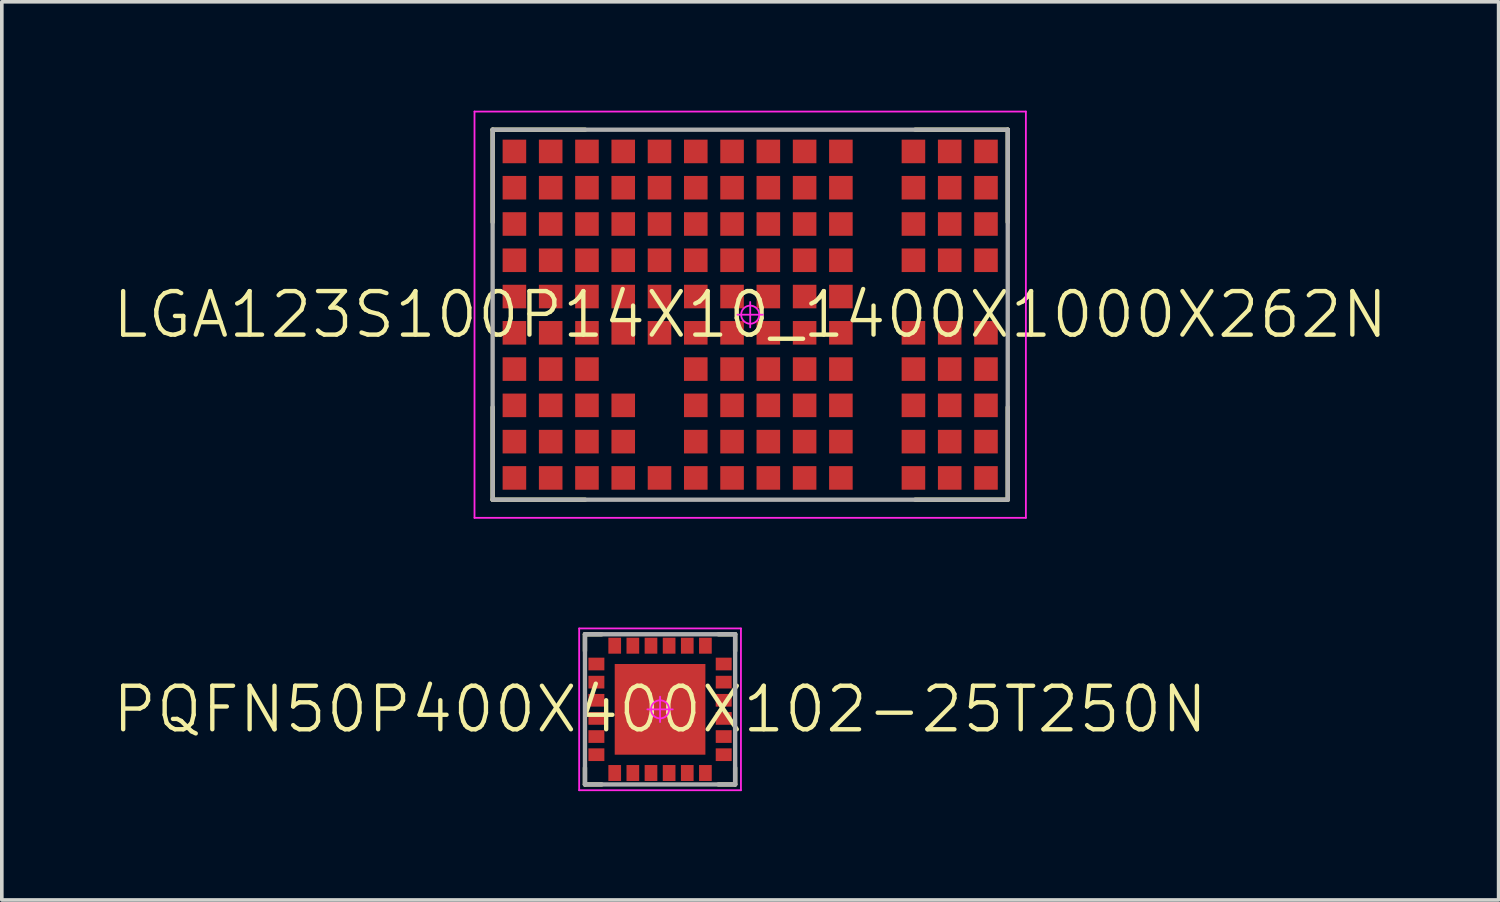
<source format=kicad_pcb>
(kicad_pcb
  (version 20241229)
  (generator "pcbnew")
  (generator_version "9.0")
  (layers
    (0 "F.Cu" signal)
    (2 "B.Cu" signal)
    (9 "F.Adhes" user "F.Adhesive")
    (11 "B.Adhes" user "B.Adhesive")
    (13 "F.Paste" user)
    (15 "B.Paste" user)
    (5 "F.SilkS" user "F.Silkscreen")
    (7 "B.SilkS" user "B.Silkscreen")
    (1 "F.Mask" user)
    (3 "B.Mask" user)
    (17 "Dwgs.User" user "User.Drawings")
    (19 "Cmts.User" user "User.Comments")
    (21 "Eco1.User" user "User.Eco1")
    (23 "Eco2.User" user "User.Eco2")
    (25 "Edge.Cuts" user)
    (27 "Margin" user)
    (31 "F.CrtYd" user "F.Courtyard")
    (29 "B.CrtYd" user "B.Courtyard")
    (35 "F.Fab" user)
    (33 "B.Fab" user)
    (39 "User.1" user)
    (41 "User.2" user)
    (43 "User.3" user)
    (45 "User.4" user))
  (footprint "PQFN50P400X400X102-25T250N"
    (layer "F.Cu")
    (at 15.146 16.505)
    (property "Reference" "PQFN50P400X400X102-25T250N" (at 0 0 0) (layer "F.SilkS") (effects (font (size 1.2 1.2) (thickness 0.12))))
    (attr smd)
    (fp_line (start -2.07 -2.07) (end -2.07 -1.61) (stroke (width 0.12) (type solid)) (layer "F.SilkS"))
    (fp_line (start -2.07 2.07) (end -2.07 1.61) (stroke (width 0.12) (type solid)) (layer "F.SilkS"))
    (fp_line (start -1.61 -2.07) (end -2.07 -2.07) (stroke (width 0.12) (type solid)) (layer "F.SilkS"))
    (fp_line (start -1.61 2.07) (end -2.07 2.07) (stroke (width 0.12) (type solid)) (layer "F.SilkS"))
    (fp_line (start 1.61 -2.07) (end 2.07 -2.07) (stroke (width 0.12) (type solid)) (layer "F.SilkS"))
    (fp_line (start 1.61 2.07) (end 2.07 2.07) (stroke (width 0.12) (type solid)) (layer "F.SilkS"))
    (fp_line (start 2.07 -2.07) (end 2.07 -1.61) (stroke (width 0.12) (type solid)) (layer "F.SilkS"))
    (fp_line (start 2.07 2.07) (end 2.07 1.61) (stroke (width 0.12) (type solid)) (layer "F.SilkS"))
    (fp_line (start -2.23 -2.23) (end 2.23 -2.23) (stroke (width 0.05) (type solid)) (layer "F.CrtYd"))
    (fp_line (start -2.23 2.23) (end -2.23 -2.23) (stroke (width 0.05) (type solid)) (layer "F.CrtYd"))
    (fp_line (start -0.35 0) (end 0.35 0) (stroke (width 0.05) (type solid)) (layer "F.CrtYd"))
    (fp_line (start 0 -0.35) (end 0 0.35) (stroke (width 0.05) (type solid)) (layer "F.CrtYd"))
    (fp_line (start 2.23 -2.23) (end 2.23 2.23) (stroke (width 0.05) (type solid)) (layer "F.CrtYd"))
    (fp_line (start 2.23 2.23) (end -2.23 2.23) (stroke (width 0.05) (type solid)) (layer "F.CrtYd"))
    (fp_circle (center 0 0) (end 0 0.25) (stroke (width 0.05) (type solid)) (fill no) (layer "F.CrtYd"))
    (fp_line (start -2.07 -2.07) (end 2.07 -2.07) (stroke (width 0.12) (type solid)) (layer "F.Fab"))
    (fp_line (start -2.07 2.07) (end -2.07 -2.07) (stroke (width 0.12) (type solid)) (layer "F.Fab"))
    (fp_line (start 2.07 -2.07) (end 2.07 2.07) (stroke (width 0.12) (type solid)) (layer "F.Fab"))
    (fp_line (start 2.07 2.07) (end -2.07 2.07) (stroke (width 0.12) (type solid)) (layer "F.Fab"))
    (pad "1" smd rect (at -1.25 1.755 90) (size 0.44 0.35) (layers "F.Cu" "F.Mask" "F.Paste"))
    (pad "2" smd rect (at -0.75 1.755 90) (size 0.44 0.35) (layers "F.Cu" "F.Mask" "F.Paste"))
    (pad "3" smd rect (at -0.25 1.755 90) (size 0.44 0.35) (layers "F.Cu" "F.Mask" "F.Paste"))
    (pad "4" smd rect (at 0.25 1.755 90) (size 0.44 0.35) (layers "F.Cu" "F.Mask" "F.Paste"))
    (pad "5" smd rect (at 0.75 1.755 90) (size 0.44 0.35) (layers "F.Cu" "F.Mask" "F.Paste"))
    (pad "6" smd rect (at 1.25 1.755 90) (size 0.44 0.35) (layers "F.Cu" "F.Mask" "F.Paste"))
    (pad "7" smd rect (at 1.755 1.25) (size 0.44 0.35) (layers "F.Cu" "F.Mask" "F.Paste"))
    (pad "8" smd rect (at 1.755 0.75) (size 0.44 0.35) (layers "F.Cu" "F.Mask" "F.Paste"))
    (pad "9" smd rect (at 1.755 0.25) (size 0.44 0.35) (layers "F.Cu" "F.Mask" "F.Paste"))
    (pad "10" smd rect (at 1.755 -0.25) (size 0.44 0.35) (layers "F.Cu" "F.Mask" "F.Paste"))
    (pad "11" smd rect (at 1.755 -0.75) (size 0.44 0.35) (layers "F.Cu" "F.Mask" "F.Paste"))
    (pad "12" smd rect (at 1.755 -1.25) (size 0.44 0.35) (layers "F.Cu" "F.Mask" "F.Paste"))
    (pad "13" smd rect (at 1.25 -1.755 90) (size 0.44 0.35) (layers "F.Cu" "F.Mask" "F.Paste"))
    (pad "14" smd rect (at 0.75 -1.755 90) (size 0.44 0.35) (layers "F.Cu" "F.Mask" "F.Paste"))
    (pad "15" smd rect (at 0.25 -1.755 90) (size 0.44 0.35) (layers "F.Cu" "F.Mask" "F.Paste"))
    (pad "16" smd rect (at -0.25 -1.755 90) (size 0.44 0.35) (layers "F.Cu" "F.Mask" "F.Paste"))
    (pad "17" smd rect (at -0.75 -1.755 90) (size 0.44 0.35) (layers "F.Cu" "F.Mask" "F.Paste"))
    (pad "18" smd rect (at -1.25 -1.755 90) (size 0.44 0.35) (layers "F.Cu" "F.Mask" "F.Paste"))
    (pad "19" smd rect (at -1.755 -1.25) (size 0.44 0.35) (layers "F.Cu" "F.Mask" "F.Paste"))
    (pad "20" smd rect (at -1.755 -0.75) (size 0.44 0.35) (layers "F.Cu" "F.Mask" "F.Paste"))
    (pad "21" smd rect (at -1.755 -0.25) (size 0.44 0.35) (layers "F.Cu" "F.Mask" "F.Paste"))
    (pad "22" smd rect (at -1.755 0.25) (size 0.44 0.35) (layers "F.Cu" "F.Mask" "F.Paste"))
    (pad "23" smd rect (at -1.755 0.75) (size 0.44 0.35) (layers "F.Cu" "F.Mask" "F.Paste"))
    (pad "24" smd rect (at -1.755 1.25) (size 0.44 0.35) (layers "F.Cu" "F.Mask" "F.Paste"))
    (pad "25" smd rect (at 0 0 90) (size 2.5 2.5) (layers "F.Cu" "F.Mask")))
  (footprint "LGA123S100P14X10_1400X1000X262N"
    (layer "F.Cu")
    (at 17.631 5.625)
    (property "Reference" "LGA123S100P14X10_1400X1000X262N" (at 0 0 0) (layer "F.SilkS") (effects (font (size 1.2 1.2) (thickness 0.12))))
    (attr smd)
    (fp_line (start -7.1 -5.1) (end -7.1 -2.55) (stroke (width 0.12) (type solid)) (layer "F.SilkS"))
    (fp_line (start -7.1 5.1) (end -7.1 2.55) (stroke (width 0.12) (type solid)) (layer "F.SilkS"))
    (fp_line (start -4.55 -5.1) (end -7.1 -5.1) (stroke (width 0.12) (type solid)) (layer "F.SilkS"))
    (fp_line (start -4.55 5.1) (end -7.1 5.1) (stroke (width 0.12) (type solid)) (layer "F.SilkS"))
    (fp_line (start 4.55 -5.1) (end 7.1 -5.1) (stroke (width 0.12) (type solid)) (layer "F.SilkS"))
    (fp_line (start 4.55 5.1) (end 7.1 5.1) (stroke (width 0.12) (type solid)) (layer "F.SilkS"))
    (fp_line (start 7.1 -5.1) (end 7.1 -2.55) (stroke (width 0.12) (type solid)) (layer "F.SilkS"))
    (fp_line (start 7.1 5.1) (end 7.1 2.55) (stroke (width 0.12) (type solid)) (layer "F.SilkS"))
    (fp_line (start -7.6 -5.6) (end 7.6 -5.6) (stroke (width 0.05) (type solid)) (layer "F.CrtYd"))
    (fp_line (start -7.6 5.6) (end -7.6 -5.6) (stroke (width 0.05) (type solid)) (layer "F.CrtYd"))
    (fp_line (start -0.35 0) (end 0.35 0) (stroke (width 0.05) (type solid)) (layer "F.CrtYd"))
    (fp_line (start 0 -0.35) (end 0 0.35) (stroke (width 0.05) (type solid)) (layer "F.CrtYd"))
    (fp_line (start 7.6 -5.6) (end 7.6 5.6) (stroke (width 0.05) (type solid)) (layer "F.CrtYd"))
    (fp_line (start 7.6 5.6) (end -7.6 5.6) (stroke (width 0.05) (type solid)) (layer "F.CrtYd"))
    (fp_circle (center 0 0) (end 0 0.25) (stroke (width 0.05) (type solid)) (fill no) (layer "F.CrtYd"))
    (fp_line (start -7.1 -5.1) (end 7.1 -5.1) (stroke (width 0.12) (type solid)) (layer "F.Fab"))
    (fp_line (start -7.1 5.1) (end -7.1 -5.1) (stroke (width 0.12) (type solid)) (layer "F.Fab"))
    (fp_line (start 7.1 -5.1) (end 7.1 5.1) (stroke (width 0.12) (type solid)) (layer "F.Fab"))
    (fp_line (start 7.1 5.1) (end -7.1 5.1) (stroke (width 0.12) (type solid)) (layer "F.Fab"))
    (pad "A1" smd rect (at -6.5 4.5 90) (size 0.65 0.65) (layers "F.Cu" "F.Mask" "F.Paste"))
    (pad "A2" smd rect (at -5.5 4.5 90) (size 0.65 0.65) (layers "F.Cu" "F.Mask" "F.Paste"))
    (pad "A3" smd rect (at -4.5 4.5 90) (size 0.65 0.65) (layers "F.Cu" "F.Mask" "F.Paste"))
    (pad "A4" smd rect (at -3.5 4.5 90) (size 0.65 0.65) (layers "F.Cu" "F.Mask" "F.Paste"))
    (pad "A5" smd rect (at -2.5 4.5 90) (size 0.65 0.65) (layers "F.Cu" "F.Mask" "F.Paste"))
    (pad "A6" smd rect (at -1.5 4.5 90) (size 0.65 0.65) (layers "F.Cu" "F.Mask" "F.Paste"))
    (pad "A7" smd rect (at -0.5 4.5 90) (size 0.65 0.65) (layers "F.Cu" "F.Mask" "F.Paste"))
    (pad "A8" smd rect (at 0.5 4.5 90) (size 0.65 0.65) (layers "F.Cu" "F.Mask" "F.Paste"))
    (pad "A9" smd rect (at 1.5 4.5 90) (size 0.65 0.65) (layers "F.Cu" "F.Mask" "F.Paste"))
    (pad "A10" smd rect (at 2.5 4.5 90) (size 0.65 0.65) (layers "F.Cu" "F.Mask" "F.Paste"))
    (pad "A12" smd rect (at 4.5 4.5 90) (size 0.65 0.65) (layers "F.Cu" "F.Mask" "F.Paste"))
    (pad "A13" smd rect (at 5.5 4.5 90) (size 0.65 0.65) (layers "F.Cu" "F.Mask" "F.Paste"))
    (pad "A14" smd rect (at 6.5 4.5 90) (size 0.65 0.65) (layers "F.Cu" "F.Mask" "F.Paste"))
    (pad "B1" smd rect (at -6.5 3.5 90) (size 0.65 0.65) (layers "F.Cu" "F.Mask" "F.Paste"))
    (pad "B2" smd rect (at -5.5 3.5 90) (size 0.65 0.65) (layers "F.Cu" "F.Mask" "F.Paste"))
    (pad "B3" smd rect (at -4.5 3.5 90) (size 0.65 0.65) (layers "F.Cu" "F.Mask" "F.Paste"))
    (pad "B4" smd rect (at -3.5 3.5 90) (size 0.65 0.65) (layers "F.Cu" "F.Mask" "F.Paste"))
    (pad "B6" smd rect (at -1.5 3.5 90) (size 0.65 0.65) (layers "F.Cu" "F.Mask" "F.Paste"))
    (pad "B7" smd rect (at -0.5 3.5 90) (size 0.65 0.65) (layers "F.Cu" "F.Mask" "F.Paste"))
    (pad "B8" smd rect (at 0.5 3.5 90) (size 0.65 0.65) (layers "F.Cu" "F.Mask" "F.Paste"))
    (pad "B9" smd rect (at 1.5 3.5 90) (size 0.65 0.65) (layers "F.Cu" "F.Mask" "F.Paste"))
    (pad "B10" smd rect (at 2.5 3.5 90) (size 0.65 0.65) (layers "F.Cu" "F.Mask" "F.Paste"))
    (pad "B12" smd rect (at 4.5 3.5 90) (size 0.65 0.65) (layers "F.Cu" "F.Mask" "F.Paste"))
    (pad "B13" smd rect (at 5.5 3.5 90) (size 0.65 0.65) (layers "F.Cu" "F.Mask" "F.Paste"))
    (pad "B14" smd rect (at 6.5 3.5 90) (size 0.65 0.65) (layers "F.Cu" "F.Mask" "F.Paste"))
    (pad "C1" smd rect (at -6.5 2.5 90) (size 0.65 0.65) (layers "F.Cu" "F.Mask" "F.Paste"))
    (pad "C2" smd rect (at -5.5 2.5 90) (size 0.65 0.65) (layers "F.Cu" "F.Mask" "F.Paste"))
    (pad "C3" smd rect (at -4.5 2.5 90) (size 0.65 0.65) (layers "F.Cu" "F.Mask" "F.Paste"))
    (pad "C4" smd rect (at -3.5 2.5 90) (size 0.65 0.65) (layers "F.Cu" "F.Mask" "F.Paste"))
    (pad "C6" smd rect (at -1.5 2.5 90) (size 0.65 0.65) (layers "F.Cu" "F.Mask" "F.Paste"))
    (pad "C7" smd rect (at -0.5 2.5 90) (size 0.65 0.65) (layers "F.Cu" "F.Mask" "F.Paste"))
    (pad "C8" smd rect (at 0.5 2.5 90) (size 0.65 0.65) (layers "F.Cu" "F.Mask" "F.Paste"))
    (pad "C9" smd rect (at 1.5 2.5 90) (size 0.65 0.65) (layers "F.Cu" "F.Mask" "F.Paste"))
    (pad "C10" smd rect (at 2.5 2.5 90) (size 0.65 0.65) (layers "F.Cu" "F.Mask" "F.Paste"))
    (pad "C12" smd rect (at 4.5 2.5 90) (size 0.65 0.65) (layers "F.Cu" "F.Mask" "F.Paste"))
    (pad "C13" smd rect (at 5.5 2.5 90) (size 0.65 0.65) (layers "F.Cu" "F.Mask" "F.Paste"))
    (pad "C14" smd rect (at 6.5 2.5 90) (size 0.65 0.65) (layers "F.Cu" "F.Mask" "F.Paste"))
    (pad "D1" smd rect (at -6.5 1.5 90) (size 0.65 0.65) (layers "F.Cu" "F.Mask" "F.Paste"))
    (pad "D2" smd rect (at -5.5 1.5 90) (size 0.65 0.65) (layers "F.Cu" "F.Mask" "F.Paste"))
    (pad "D3" smd rect (at -4.5 1.5 90) (size 0.65 0.65) (layers "F.Cu" "F.Mask" "F.Paste"))
    (pad "D6" smd rect (at -1.5 1.5 90) (size 0.65 0.65) (layers "F.Cu" "F.Mask" "F.Paste"))
    (pad "D7" smd rect (at -0.5 1.5 90) (size 0.65 0.65) (layers "F.Cu" "F.Mask" "F.Paste"))
    (pad "D8" smd rect (at 0.5 1.5 90) (size 0.65 0.65) (layers "F.Cu" "F.Mask" "F.Paste"))
    (pad "D9" smd rect (at 1.5 1.5 90) (size 0.65 0.65) (layers "F.Cu" "F.Mask" "F.Paste"))
    (pad "D10" smd rect (at 2.5 1.5 90) (size 0.65 0.65) (layers "F.Cu" "F.Mask" "F.Paste"))
    (pad "D12" smd rect (at 4.5 1.5 90) (size 0.65 0.65) (layers "F.Cu" "F.Mask" "F.Paste"))
    (pad "D13" smd rect (at 5.5 1.5 90) (size 0.65 0.65) (layers "F.Cu" "F.Mask" "F.Paste"))
    (pad "D14" smd rect (at 6.5 1.5 90) (size 0.65 0.65) (layers "F.Cu" "F.Mask" "F.Paste"))
    (pad "E1" smd rect (at -6.5 0.5 90) (size 0.65 0.65) (layers "F.Cu" "F.Mask" "F.Paste"))
    (pad "E2" smd rect (at -5.5 0.5 90) (size 0.65 0.65) (layers "F.Cu" "F.Mask" "F.Paste"))
    (pad "E3" smd rect (at -4.5 0.5 90) (size 0.65 0.65) (layers "F.Cu" "F.Mask" "F.Paste"))
    (pad "E4" smd rect (at -3.5 0.5 90) (size 0.65 0.65) (layers "F.Cu" "F.Mask" "F.Paste"))
    (pad "E5" smd rect (at -2.5 0.5 90) (size 0.65 0.65) (layers "F.Cu" "F.Mask" "F.Paste"))
    (pad "E6" smd rect (at -1.5 0.5 90) (size 0.65 0.65) (layers "F.Cu" "F.Mask" "F.Paste"))
    (pad "E7" smd rect (at -0.5 0.5 90) (size 0.65 0.65) (layers "F.Cu" "F.Mask" "F.Paste"))
    (pad "E8" smd rect (at 0.5 0.5 90) (size 0.65 0.65) (layers "F.Cu" "F.Mask" "F.Paste"))
    (pad "E9" smd rect (at 1.5 0.5 90) (size 0.65 0.65) (layers "F.Cu" "F.Mask" "F.Paste"))
    (pad "E10" smd rect (at 2.5 0.5 90) (size 0.65 0.65) (layers "F.Cu" "F.Mask" "F.Paste"))
    (pad "E12" smd rect (at 4.5 0.5 90) (size 0.65 0.65) (layers "F.Cu" "F.Mask" "F.Paste"))
    (pad "E13" smd rect (at 5.5 0.5 90) (size 0.65 0.65) (layers "F.Cu" "F.Mask" "F.Paste"))
    (pad "E14" smd rect (at 6.5 0.5 90) (size 0.65 0.65) (layers "F.Cu" "F.Mask" "F.Paste"))
    (pad "F1" smd rect (at -6.5 -0.5 90) (size 0.65 0.65) (layers "F.Cu" "F.Mask" "F.Paste"))
    (pad "F2" smd rect (at -5.5 -0.5 90) (size 0.65 0.65) (layers "F.Cu" "F.Mask" "F.Paste"))
    (pad "F3" smd rect (at -4.5 -0.5 90) (size 0.65 0.65) (layers "F.Cu" "F.Mask" "F.Paste"))
    (pad "F4" smd rect (at -3.5 -0.5 90) (size 0.65 0.65) (layers "F.Cu" "F.Mask" "F.Paste"))
    (pad "F5" smd rect (at -2.5 -0.5 90) (size 0.65 0.65) (layers "F.Cu" "F.Mask" "F.Paste"))
    (pad "F6" smd rect (at -1.5 -0.5 90) (size 0.65 0.65) (layers "F.Cu" "F.Mask" "F.Paste"))
    (pad "F7" smd rect (at -0.5 -0.5 90) (size 0.65 0.65) (layers "F.Cu" "F.Mask" "F.Paste"))
    (pad "F8" smd rect (at 0.5 -0.5 90) (size 0.65 0.65) (layers "F.Cu" "F.Mask" "F.Paste"))
    (pad "F9" smd rect (at 1.5 -0.5 90) (size 0.65 0.65) (layers "F.Cu" "F.Mask" "F.Paste"))
    (pad "F10" smd rect (at 2.5 -0.5 90) (size 0.65 0.65) (layers "F.Cu" "F.Mask" "F.Paste"))
    (pad "G1" smd rect (at -6.5 -1.5 90) (size 0.65 0.65) (layers "F.Cu" "F.Mask" "F.Paste"))
    (pad "G2" smd rect (at -5.5 -1.5 90) (size 0.65 0.65) (layers "F.Cu" "F.Mask" "F.Paste"))
    (pad "G3" smd rect (at -4.5 -1.5 90) (size 0.65 0.65) (layers "F.Cu" "F.Mask" "F.Paste"))
    (pad "G4" smd rect (at -3.5 -1.5 90) (size 0.65 0.65) (layers "F.Cu" "F.Mask" "F.Paste"))
    (pad "G5" smd rect (at -2.5 -1.5 90) (size 0.65 0.65) (layers "F.Cu" "F.Mask" "F.Paste"))
    (pad "G6" smd rect (at -1.5 -1.5 90) (size 0.65 0.65) (layers "F.Cu" "F.Mask" "F.Paste"))
    (pad "G7" smd rect (at -0.5 -1.5 90) (size 0.65 0.65) (layers "F.Cu" "F.Mask" "F.Paste"))
    (pad "G8" smd rect (at 0.5 -1.5 90) (size 0.65 0.65) (layers "F.Cu" "F.Mask" "F.Paste"))
    (pad "G9" smd rect (at 1.5 -1.5 90) (size 0.65 0.65) (layers "F.Cu" "F.Mask" "F.Paste"))
    (pad "G10" smd rect (at 2.5 -1.5 90) (size 0.65 0.65) (layers "F.Cu" "F.Mask" "F.Paste"))
    (pad "G12" smd rect (at 4.5 -1.5 90) (size 0.65 0.65) (layers "F.Cu" "F.Mask" "F.Paste"))
    (pad "G13" smd rect (at 5.5 -1.5 90) (size 0.65 0.65) (layers "F.Cu" "F.Mask" "F.Paste"))
    (pad "G14" smd rect (at 6.5 -1.5 90) (size 0.65 0.65) (layers "F.Cu" "F.Mask" "F.Paste"))
    (pad "H1" smd rect (at -6.5 -2.5 90) (size 0.65 0.65) (layers "F.Cu" "F.Mask" "F.Paste"))
    (pad "H2" smd rect (at -5.5 -2.5 90) (size 0.65 0.65) (layers "F.Cu" "F.Mask" "F.Paste"))
    (pad "H3" smd rect (at -4.5 -2.5 90) (size 0.65 0.65) (layers "F.Cu" "F.Mask" "F.Paste"))
    (pad "H4" smd rect (at -3.5 -2.5 90) (size 0.65 0.65) (layers "F.Cu" "F.Mask" "F.Paste"))
    (pad "H5" smd rect (at -2.5 -2.5 90) (size 0.65 0.65) (layers "F.Cu" "F.Mask" "F.Paste"))
    (pad "H6" smd rect (at -1.5 -2.5 90) (size 0.65 0.65) (layers "F.Cu" "F.Mask" "F.Paste"))
    (pad "H7" smd rect (at -0.5 -2.5 90) (size 0.65 0.65) (layers "F.Cu" "F.Mask" "F.Paste"))
    (pad "H8" smd rect (at 0.5 -2.5 90) (size 0.65 0.65) (layers "F.Cu" "F.Mask" "F.Paste"))
    (pad "H9" smd rect (at 1.5 -2.5 90) (size 0.65 0.65) (layers "F.Cu" "F.Mask" "F.Paste"))
    (pad "H10" smd rect (at 2.5 -2.5 90) (size 0.65 0.65) (layers "F.Cu" "F.Mask" "F.Paste"))
    (pad "H12" smd rect (at 4.5 -2.5 90) (size 0.65 0.65) (layers "F.Cu" "F.Mask" "F.Paste"))
    (pad "H13" smd rect (at 5.5 -2.5 90) (size 0.65 0.65) (layers "F.Cu" "F.Mask" "F.Paste"))
    (pad "H14" smd rect (at 6.5 -2.5 90) (size 0.65 0.65) (layers "F.Cu" "F.Mask" "F.Paste"))
    (pad "J1" smd rect (at -6.5 -3.5 90) (size 0.65 0.65) (layers "F.Cu" "F.Mask" "F.Paste"))
    (pad "J2" smd rect (at -5.5 -3.5 90) (size 0.65 0.65) (layers "F.Cu" "F.Mask" "F.Paste"))
    (pad "J3" smd rect (at -4.5 -3.5 90) (size 0.65 0.65) (layers "F.Cu" "F.Mask" "F.Paste"))
    (pad "J4" smd rect (at -3.5 -3.5 90) (size 0.65 0.65) (layers "F.Cu" "F.Mask" "F.Paste"))
    (pad "J5" smd rect (at -2.5 -3.5 90) (size 0.65 0.65) (layers "F.Cu" "F.Mask" "F.Paste"))
    (pad "J6" smd rect (at -1.5 -3.5 90) (size 0.65 0.65) (layers "F.Cu" "F.Mask" "F.Paste"))
    (pad "J7" smd rect (at -0.5 -3.5 90) (size 0.65 0.65) (layers "F.Cu" "F.Mask" "F.Paste"))
    (pad "J8" smd rect (at 0.5 -3.5 90) (size 0.65 0.65) (layers "F.Cu" "F.Mask" "F.Paste"))
    (pad "J9" smd rect (at 1.5 -3.5 90) (size 0.65 0.65) (layers "F.Cu" "F.Mask" "F.Paste"))
    (pad "J10" smd rect (at 2.5 -3.5 90) (size 0.65 0.65) (layers "F.Cu" "F.Mask" "F.Paste"))
    (pad "J12" smd rect (at 4.5 -3.5 90) (size 0.65 0.65) (layers "F.Cu" "F.Mask" "F.Paste"))
    (pad "J13" smd rect (at 5.5 -3.5 90) (size 0.65 0.65) (layers "F.Cu" "F.Mask" "F.Paste"))
    (pad "J14" smd rect (at 6.5 -3.5 90) (size 0.65 0.65) (layers "F.Cu" "F.Mask" "F.Paste"))
    (pad "K1" smd rect (at -6.5 -4.5 90) (size 0.65 0.65) (layers "F.Cu" "F.Mask" "F.Paste"))
    (pad "K2" smd rect (at -5.5 -4.5 90) (size 0.65 0.65) (layers "F.Cu" "F.Mask" "F.Paste"))
    (pad "K3" smd rect (at -4.5 -4.5 90) (size 0.65 0.65) (layers "F.Cu" "F.Mask" "F.Paste"))
    (pad "K4" smd rect (at -3.5 -4.5 90) (size 0.65 0.65) (layers "F.Cu" "F.Mask" "F.Paste"))
    (pad "K5" smd rect (at -2.5 -4.5 90) (size 0.65 0.65) (layers "F.Cu" "F.Mask" "F.Paste"))
    (pad "K6" smd rect (at -1.5 -4.5 90) (size 0.65 0.65) (layers "F.Cu" "F.Mask" "F.Paste"))
    (pad "K7" smd rect (at -0.5 -4.5 90) (size 0.65 0.65) (layers "F.Cu" "F.Mask" "F.Paste"))
    (pad "K8" smd rect (at 0.5 -4.5 90) (size 0.65 0.65) (layers "F.Cu" "F.Mask" "F.Paste"))
    (pad "K9" smd rect (at 1.5 -4.5 90) (size 0.65 0.65) (layers "F.Cu" "F.Mask" "F.Paste"))
    (pad "K10" smd rect (at 2.5 -4.5 90) (size 0.65 0.65) (layers "F.Cu" "F.Mask" "F.Paste"))
    (pad "K12" smd rect (at 4.5 -4.5 90) (size 0.65 0.65) (layers "F.Cu" "F.Mask" "F.Paste"))
    (pad "K13" smd rect (at 5.5 -4.5 90) (size 0.65 0.65) (layers "F.Cu" "F.Mask" "F.Paste"))
    (pad "K14" smd rect (at 6.5 -4.5 90) (size 0.65 0.65) (layers "F.Cu" "F.Mask" "F.Paste")))
  (gr_rect
    (start -3 -3)
    (end 38.263 21.76)
    (stroke (width 0.1) (type default))
    (fill no)
    (layer "Edge.Cuts")))
</source>
